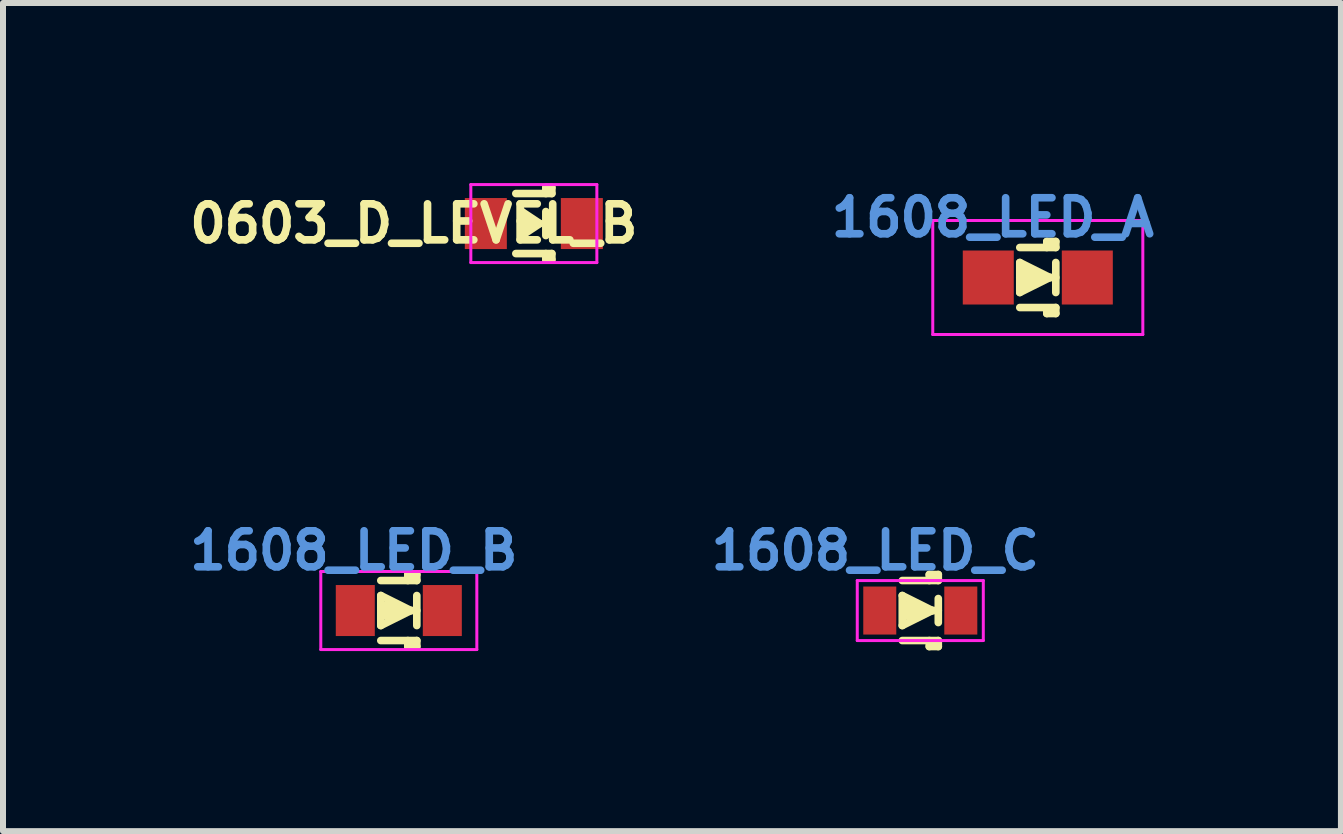
<source format=kicad_pcb>
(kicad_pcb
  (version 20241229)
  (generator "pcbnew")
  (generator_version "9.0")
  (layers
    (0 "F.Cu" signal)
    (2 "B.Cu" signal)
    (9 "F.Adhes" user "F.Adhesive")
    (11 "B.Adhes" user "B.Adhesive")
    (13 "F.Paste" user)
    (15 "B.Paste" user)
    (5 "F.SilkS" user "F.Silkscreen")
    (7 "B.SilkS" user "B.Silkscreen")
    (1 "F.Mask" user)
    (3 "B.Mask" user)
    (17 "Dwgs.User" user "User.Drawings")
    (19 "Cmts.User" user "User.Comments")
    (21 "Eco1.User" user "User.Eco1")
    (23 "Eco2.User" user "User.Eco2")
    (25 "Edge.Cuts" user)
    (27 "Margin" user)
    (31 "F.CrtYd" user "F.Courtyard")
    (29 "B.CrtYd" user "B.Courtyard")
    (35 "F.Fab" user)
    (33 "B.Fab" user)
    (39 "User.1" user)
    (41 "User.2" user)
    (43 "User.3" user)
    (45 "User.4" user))
  (footprint "0603_D_LEVEL_B"
    (layer "F.Cu")
    (at 5.845 0.675)
    (property "Reference" "0603_D_LEVEL_B" (at -2 0 180) (layer "F.SilkS") (effects (font (size 0.6 0.6) (thickness 0.127))))
    (attr smd)
    (fp_line (start -0.3 -0.5) (end 0.3 -0.5) (stroke (width 0.127) (type solid)) (layer "F.SilkS"))
    (fp_line (start -0.3 0.5) (end 0.3 0.5) (stroke (width 0.127) (type solid)) (layer "F.SilkS"))
    (fp_line (start -0.2 -0.2) (end -0.2 0.2) (stroke (width 0.127) (type solid)) (layer "F.SilkS"))
    (fp_line (start -0.2 0.2) (end 0.1 0) (stroke (width 0.127) (type solid)) (layer "F.SilkS"))
    (fp_line (start -0.1 -0.1) (end -0.1 0.1) (stroke (width 0.127) (type solid)) (layer "F.SilkS"))
    (fp_line (start -0.1 0) (end 0 0) (stroke (width 0.127) (type solid)) (layer "F.SilkS"))
    (fp_line (start 0.1 0) (end -0.2 -0.2) (stroke (width 0.127) (type solid)) (layer "F.SilkS"))
    (fp_line (start 0.2 -0.6) (end 0.3 -0.6) (stroke (width 0.127) (type solid)) (layer "F.SilkS"))
    (fp_line (start 0.2 -0.5) (end 0.2 -0.6) (stroke (width 0.127) (type solid)) (layer "F.SilkS"))
    (fp_line (start 0.2 -0.2) (end 0.2 0.2) (stroke (width 0.127) (type solid)) (layer "F.SilkS"))
    (fp_line (start 0.2 0.6) (end 0.2 0.5) (stroke (width 0.127) (type solid)) (layer "F.SilkS"))
    (fp_line (start 0.2 0.6) (end 0.3 0.6) (stroke (width 0.127) (type solid)) (layer "F.SilkS"))
    (fp_line (start 0.3 -0.5) (end 0.3 -0.6) (stroke (width 0.127) (type solid)) (layer "F.SilkS"))
    (fp_line (start 0.3 0.5) (end 0.3 0.6) (stroke (width 0.127) (type solid)) (layer "F.SilkS"))
    (fp_line (start -1.05 -0.65) (end 1.05 -0.65) (stroke (width 0.05) (type solid)) (layer "F.CrtYd"))
    (fp_line (start -1.05 0.65) (end -1.05 -0.65) (stroke (width 0.05) (type solid)) (layer "F.CrtYd"))
    (fp_line (start 1.05 -0.65) (end 1.05 0.65) (stroke (width 0.05) (type solid)) (layer "F.CrtYd"))
    (fp_line (start 1.05 0.65) (end -1.05 0.65) (stroke (width 0.05) (type solid)) (layer "F.CrtYd"))
    (pad "1" smd rect (at -0.8 0) (size 0.7 0.85) (layers "F.Cu" "F.Mask" "F.Paste"))
    (pad "2" smd rect (at 0.8 0) (size 0.7 0.85) (layers "F.Cu" "F.Mask" "F.Paste")))
  (footprint "1608_LED_A"
    (layer "F.Cu")
    (at 14.242 1.574)
    (property "Reference" "1608_LED_A" (at -0.75 -1 0) (layer "Cmts.User") (effects (font (size 0.6 0.6) (thickness 0.127))))
    (attr smd)
    (fp_line (start -0.3 -0.5) (end 0.3 -0.5) (stroke (width 0.127) (type solid)) (layer "F.SilkS"))
    (fp_line (start -0.3 -0.25) (end 0.2 0) (stroke (width 0.127) (type solid)) (layer "F.SilkS"))
    (fp_line (start -0.3 0) (end -0.3 -0.25) (stroke (width 0.127) (type solid)) (layer "F.SilkS"))
    (fp_line (start -0.3 0) (end 0.3 0) (stroke (width 0.127) (type solid)) (layer "F.SilkS"))
    (fp_line (start -0.3 0.25) (end -0.3 0) (stroke (width 0.127) (type solid)) (layer "F.SilkS"))
    (fp_line (start -0.3 0.5) (end 0.3 0.5) (stroke (width 0.127) (type solid)) (layer "F.SilkS"))
    (fp_line (start -0.25 -0.1) (end -0.1 -0.1) (stroke (width 0.127) (type solid)) (layer "F.SilkS"))
    (fp_line (start -0.25 0.1) (end -0.05 0.1) (stroke (width 0.127) (type solid)) (layer "F.SilkS"))
    (fp_line (start 0.15 -0.6) (end 0.15 -0.5) (stroke (width 0.127) (type solid)) (layer "F.SilkS"))
    (fp_line (start 0.15 0.6) (end 0.15 0.55) (stroke (width 0.127) (type solid)) (layer "F.SilkS"))
    (fp_line (start 0.2 0) (end -0.3 0.25) (stroke (width 0.127) (type solid)) (layer "F.SilkS"))
    (fp_line (start 0.3 -0.6) (end 0.15 -0.6) (stroke (width 0.127) (type solid)) (layer "F.SilkS"))
    (fp_line (start 0.3 -0.5) (end 0.3 -0.6) (stroke (width 0.127) (type solid)) (layer "F.SilkS"))
    (fp_line (start 0.3 -0.25) (end 0.3 0.25) (stroke (width 0.127) (type solid)) (layer "F.SilkS"))
    (fp_line (start 0.3 0.5) (end 0.3 0.6) (stroke (width 0.127) (type solid)) (layer "F.SilkS"))
    (fp_line (start 0.3 0.6) (end 0.15 0.6) (stroke (width 0.127) (type solid)) (layer "F.SilkS"))
    (fp_line (start -1.75 -0.95) (end 1.75 -0.95) (stroke (width 0.05) (type solid)) (layer "F.CrtYd"))
    (fp_line (start -1.75 0.95) (end -1.75 -0.95) (stroke (width 0.05) (type solid)) (layer "F.CrtYd"))
    (fp_line (start 1.75 -0.95) (end 1.75 0.95) (stroke (width 0.05) (type solid)) (layer "F.CrtYd"))
    (fp_line (start 1.75 0.95) (end -1.75 0.95) (stroke (width 0.05) (type solid)) (layer "F.CrtYd"))
    (pad "1" smd rect (at -0.825 0) (size 0.85 0.9) (layers "F.Cu" "F.Mask" "F.Paste"))
    (pad "2" smd rect (at 0.825 0) (size 0.85 0.9) (layers "F.Cu" "F.Mask" "F.Paste")))
  (footprint "1608_LED_B"
    (layer "F.Cu")
    (at 3.595 7.123)
    (property "Reference" "1608_LED_B" (at -0.75 -1 0) (layer "Cmts.User") (effects (font (size 0.6 0.6) (thickness 0.127))))
    (attr smd)
    (fp_line (start -0.3 -0.5) (end 0.3 -0.5) (stroke (width 0.127) (type solid)) (layer "F.SilkS"))
    (fp_line (start -0.3 -0.25) (end 0.2 0) (stroke (width 0.127) (type solid)) (layer "F.SilkS"))
    (fp_line (start -0.3 0) (end -0.3 -0.25) (stroke (width 0.127) (type solid)) (layer "F.SilkS"))
    (fp_line (start -0.3 0) (end -0.2 -0.1) (stroke (width 0.127) (type solid)) (layer "F.SilkS"))
    (fp_line (start -0.3 0.25) (end -0.3 0) (stroke (width 0.127) (type solid)) (layer "F.SilkS"))
    (fp_line (start -0.3 0.5) (end 0.3 0.5) (stroke (width 0.127) (type solid)) (layer "F.SilkS"))
    (fp_line (start -0.2 -0.1) (end -0.1 -0.05) (stroke (width 0.127) (type solid)) (layer "F.SilkS"))
    (fp_line (start -0.1 -0.05) (end -0.1 0.05) (stroke (width 0.127) (type solid)) (layer "F.SilkS"))
    (fp_line (start -0.1 0.05) (end -0.2 0.1) (stroke (width 0.127) (type solid)) (layer "F.SilkS"))
    (fp_line (start 0.15 -0.6) (end 0.15 -0.5) (stroke (width 0.127) (type solid)) (layer "F.SilkS"))
    (fp_line (start 0.15 0.6) (end 0.15 0.5) (stroke (width 0.127) (type solid)) (layer "F.SilkS"))
    (fp_line (start 0.2 0) (end -0.3 0.25) (stroke (width 0.127) (type solid)) (layer "F.SilkS"))
    (fp_line (start 0.3 -0.6) (end 0.15 -0.6) (stroke (width 0.127) (type solid)) (layer "F.SilkS"))
    (fp_line (start 0.3 -0.5) (end 0.3 -0.6) (stroke (width 0.127) (type solid)) (layer "F.SilkS"))
    (fp_line (start 0.3 0) (end -0.3 0) (stroke (width 0.127) (type solid)) (layer "F.SilkS"))
    (fp_line (start 0.3 0.25) (end 0.3 -0.25) (stroke (width 0.127) (type solid)) (layer "F.SilkS"))
    (fp_line (start 0.3 0.5) (end 0.3 0.6) (stroke (width 0.127) (type solid)) (layer "F.SilkS"))
    (fp_line (start 0.3 0.6) (end 0.15 0.6) (stroke (width 0.127) (type solid)) (layer "F.SilkS"))
    (fp_line (start -1.3 -0.65) (end 1.3 -0.65) (stroke (width 0.05) (type solid)) (layer "F.CrtYd"))
    (fp_line (start -1.3 0.65) (end -1.3 -0.65) (stroke (width 0.05) (type solid)) (layer "F.CrtYd"))
    (fp_line (start 1.3 -0.65) (end 1.3 0.65) (stroke (width 0.05) (type solid)) (layer "F.CrtYd"))
    (fp_line (start 1.3 0.65) (end -1.3 0.65) (stroke (width 0.05) (type solid)) (layer "F.CrtYd"))
    (pad "1" smd rect (at -0.725 0) (size 0.65 0.85) (layers "F.Cu" "F.Mask" "F.Paste"))
    (pad "2" smd rect (at 0.725 0) (size 0.65 0.85) (layers "F.Cu" "F.Mask" "F.Paste")))
  (footprint "1608_LED_C"
    (layer "F.Cu")
    (at 12.284 7.123)
    (property "Reference" "1608_LED_C" (at -0.75 -1 0) (layer "Cmts.User") (effects (font (size 0.6 0.6) (thickness 0.127))))
    (attr smd)
    (fp_line (start -0.3 -0.5) (end 0.3 -0.5) (stroke (width 0.127) (type solid)) (layer "F.SilkS"))
    (fp_line (start -0.3 -0.25) (end -0.3 0.25) (stroke (width 0.127) (type solid)) (layer "F.SilkS"))
    (fp_line (start -0.3 0.25) (end 0.2 0) (stroke (width 0.127) (type solid)) (layer "F.SilkS"))
    (fp_line (start -0.3 0.5) (end 0.3 0.5) (stroke (width 0.127) (type solid)) (layer "F.SilkS"))
    (fp_line (start -0.25 0) (end -0.2 -0.1) (stroke (width 0.127) (type solid)) (layer "F.SilkS"))
    (fp_line (start -0.2 -0.1) (end -0.1 -0.05) (stroke (width 0.127) (type solid)) (layer "F.SilkS"))
    (fp_line (start -0.1 -0.05) (end -0.1 0.05) (stroke (width 0.127) (type solid)) (layer "F.SilkS"))
    (fp_line (start -0.1 0.05) (end -0.2 0.1) (stroke (width 0.127) (type solid)) (layer "F.SilkS"))
    (fp_line (start 0.15 -0.6) (end 0.15 -0.5) (stroke (width 0.127) (type solid)) (layer "F.SilkS"))
    (fp_line (start 0.15 0.6) (end 0.15 0.5) (stroke (width 0.127) (type solid)) (layer "F.SilkS"))
    (fp_line (start 0.2 0) (end -0.3 -0.25) (stroke (width 0.127) (type solid)) (layer "F.SilkS"))
    (fp_line (start 0.2 0) (end -0.25 0) (stroke (width 0.127) (type solid)) (layer "F.SilkS"))
    (fp_line (start 0.3 -0.6) (end 0.15 -0.6) (stroke (width 0.127) (type solid)) (layer "F.SilkS"))
    (fp_line (start 0.3 -0.5) (end 0.3 -0.6) (stroke (width 0.127) (type solid)) (layer "F.SilkS"))
    (fp_line (start 0.3 -0.2) (end 0.3 0.2) (stroke (width 0.127) (type solid)) (layer "F.SilkS"))
    (fp_line (start 0.3 0) (end 0.2 0) (stroke (width 0.127) (type solid)) (layer "F.SilkS"))
    (fp_line (start 0.3 0.5) (end 0.3 0.6) (stroke (width 0.127) (type solid)) (layer "F.SilkS"))
    (fp_line (start 0.3 0.6) (end 0.15 0.6) (stroke (width 0.127) (type solid)) (layer "F.SilkS"))
    (fp_line (start -1.05 -0.5) (end 1.05 -0.5) (stroke (width 0.05) (type solid)) (layer "F.CrtYd"))
    (fp_line (start -1.05 0.5) (end -1.05 -0.5) (stroke (width 0.05) (type solid)) (layer "F.CrtYd"))
    (fp_line (start 1.05 -0.5) (end 1.05 0.5) (stroke (width 0.05) (type solid)) (layer "F.CrtYd"))
    (fp_line (start 1.05 0.5) (end -1.05 0.5) (stroke (width 0.05) (type solid)) (layer "F.CrtYd"))
    (pad "1" smd rect (at -0.675 0) (size 0.55 0.8) (layers "F.Cu" "F.Mask" "F.Paste"))
    (pad "2" smd rect (at 0.675 0) (size 0.55 0.8) (layers "F.Cu" "F.Mask" "F.Paste")))
  (gr_rect
    (start -3 -3)
    (end 19.293 10.798)
    (stroke (width 0.1) (type default))
    (fill no)
    (layer "Edge.Cuts")))
</source>
